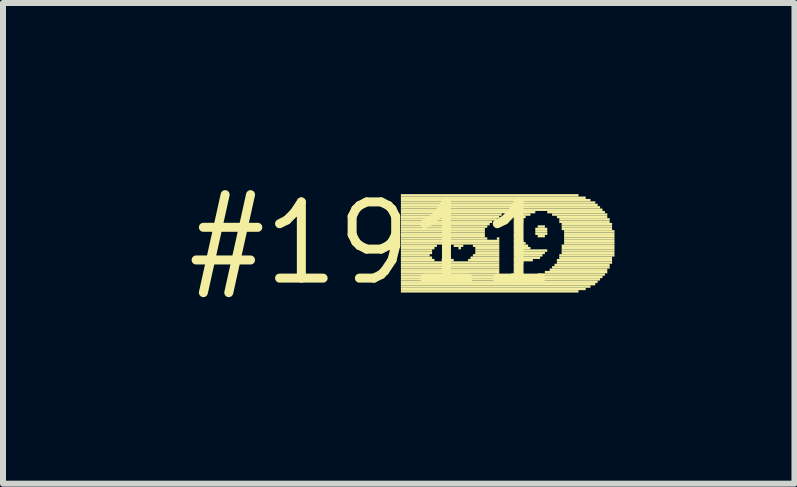
<source format=kicad_pcb>
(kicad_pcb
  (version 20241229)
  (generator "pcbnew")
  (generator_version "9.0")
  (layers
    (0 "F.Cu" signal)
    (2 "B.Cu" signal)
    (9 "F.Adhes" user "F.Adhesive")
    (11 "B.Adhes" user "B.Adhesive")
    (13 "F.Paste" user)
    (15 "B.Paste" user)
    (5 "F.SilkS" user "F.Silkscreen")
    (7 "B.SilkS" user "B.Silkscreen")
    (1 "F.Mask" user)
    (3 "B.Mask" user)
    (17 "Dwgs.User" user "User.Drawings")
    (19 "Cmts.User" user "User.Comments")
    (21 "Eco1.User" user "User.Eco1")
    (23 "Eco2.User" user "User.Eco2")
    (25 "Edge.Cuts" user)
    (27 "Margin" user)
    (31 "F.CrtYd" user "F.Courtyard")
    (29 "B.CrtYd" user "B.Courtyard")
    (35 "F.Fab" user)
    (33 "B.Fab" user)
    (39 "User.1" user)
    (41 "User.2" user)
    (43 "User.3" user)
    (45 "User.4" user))
  (footprint "#1911"
    (layer "F.Cu")
    (at 3.152 1.006)
    (property "Reference" "#1911" (at 0 0 0) (layer "F.SilkS") (effects (font (size 1.27 1.27) (thickness 0.15))))
    (attr through_hole)
    (fp_poly (pts (xy 0.48 -0.78) (xy 3.44 -0.78) (xy 3.44 -0.82) (xy 0.48 -0.82)) (stroke (width 0) (type solid)) (fill yes) (layer "F.SilkS"))
    (fp_poly (pts (xy 0.48 -0.74) (xy 3.56 -0.74) (xy 3.56 -0.78) (xy 0.48 -0.78)) (stroke (width 0) (type solid)) (fill yes) (layer "F.SilkS"))
    (fp_poly (pts (xy 0.48 -0.7) (xy 3.64 -0.7) (xy 3.64 -0.74) (xy 0.48 -0.74)) (stroke (width 0) (type solid)) (fill yes) (layer "F.SilkS"))
    (fp_poly (pts (xy 0.48 -0.66) (xy 3.72 -0.66) (xy 3.72 -0.7) (xy 0.48 -0.7)) (stroke (width 0) (type solid)) (fill yes) (layer "F.SilkS"))
    (fp_poly (pts (xy 0.48 -0.62) (xy 3.76 -0.62) (xy 3.76 -0.66) (xy 0.48 -0.66)) (stroke (width 0) (type solid)) (fill yes) (layer "F.SilkS"))
    (fp_poly (pts (xy 0.48 -0.58) (xy 3.8 -0.58) (xy 3.8 -0.62) (xy 0.48 -0.62)) (stroke (width 0) (type solid)) (fill yes) (layer "F.SilkS"))
    (fp_poly (pts (xy 0.48 -0.54) (xy 3.84 -0.54) (xy 3.84 -0.58) (xy 0.48 -0.58)) (stroke (width 0) (type solid)) (fill yes) (layer "F.SilkS"))
    (fp_poly (pts (xy 0.48 -0.5) (xy 2.72 -0.5) (xy 2.72 -0.54) (xy 0.48 -0.54)) (stroke (width 0) (type solid)) (fill yes) (layer "F.SilkS"))
    (fp_poly (pts (xy 0.48 -0.46) (xy 2.16 -0.46) (xy 2.16 -0.5) (xy 0.48 -0.5)) (stroke (width 0) (type solid)) (fill yes) (layer "F.SilkS"))
    (fp_poly (pts (xy 0.48 -0.42) (xy 2.12 -0.42) (xy 2.12 -0.46) (xy 0.48 -0.46)) (stroke (width 0) (type solid)) (fill yes) (layer "F.SilkS"))
    (fp_poly (pts (xy 0.48 -0.38) (xy 2.08 -0.38) (xy 2.08 -0.42) (xy 0.48 -0.42)) (stroke (width 0) (type solid)) (fill yes) (layer "F.SilkS"))
    (fp_poly (pts (xy 0.48 -0.34) (xy 2 -0.34) (xy 2 -0.38) (xy 0.48 -0.38)) (stroke (width 0) (type solid)) (fill yes) (layer "F.SilkS"))
    (fp_poly (pts (xy 0.48 -0.3) (xy 1.96 -0.3) (xy 1.96 -0.34) (xy 0.48 -0.34)) (stroke (width 0) (type solid)) (fill yes) (layer "F.SilkS"))
    (fp_poly (pts (xy 0.48 -0.26) (xy 1.92 -0.26) (xy 1.92 -0.3) (xy 0.48 -0.3)) (stroke (width 0) (type solid)) (fill yes) (layer "F.SilkS"))
    (fp_poly (pts (xy 0.48 -0.22) (xy 1.88 -0.22) (xy 1.88 -0.26) (xy 0.48 -0.26)) (stroke (width 0) (type solid)) (fill yes) (layer "F.SilkS"))
    (fp_poly (pts (xy 0.48 -0.18) (xy 1.88 -0.18) (xy 1.88 -0.22) (xy 0.48 -0.22)) (stroke (width 0) (type solid)) (fill yes) (layer "F.SilkS"))
    (fp_poly (pts (xy 0.48 -0.14) (xy 1.88 -0.14) (xy 1.88 -0.18) (xy 0.48 -0.18)) (stroke (width 0) (type solid)) (fill yes) (layer "F.SilkS"))
    (fp_poly (pts (xy 0.48 -0.1) (xy 1.88 -0.1) (xy 1.88 -0.14) (xy 0.48 -0.14)) (stroke (width 0) (type solid)) (fill yes) (layer "F.SilkS"))
    (fp_poly (pts (xy 0.48 -0.06) (xy 1.92 -0.06) (xy 1.92 -0.1) (xy 0.48 -0.1)) (stroke (width 0) (type solid)) (fill yes) (layer "F.SilkS"))
    (fp_poly (pts (xy 0.48 -0.02) (xy 2.12 -0.02) (xy 2.12 -0.06) (xy 0.48 -0.06)) (stroke (width 0) (type solid)) (fill yes) (layer "F.SilkS"))
    (fp_poly (pts (xy 0.48 0.02) (xy 1.2 0.02) (xy 1.2 -0.02) (xy 0.48 -0.02)) (stroke (width 0) (type solid)) (fill yes) (layer "F.SilkS"))
    (fp_poly (pts (xy 0.48 0.06) (xy 1.08 0.06) (xy 1.08 0.02) (xy 0.48 0.02)) (stroke (width 0) (type solid)) (fill yes) (layer "F.SilkS"))
    (fp_poly (pts (xy 0.48 0.1) (xy 1.04 0.1) (xy 1.04 0.06) (xy 0.48 0.06)) (stroke (width 0) (type solid)) (fill yes) (layer "F.SilkS"))
    (fp_poly (pts (xy 0.48 0.14) (xy 1 0.14) (xy 1 0.1) (xy 0.48 0.1)) (stroke (width 0) (type solid)) (fill yes) (layer "F.SilkS"))
    (fp_poly (pts (xy 0.48 0.18) (xy 1 0.18) (xy 1 0.14) (xy 0.48 0.14)) (stroke (width 0) (type solid)) (fill yes) (layer "F.SilkS"))
    (fp_poly (pts (xy 0.48 0.22) (xy 0.96 0.22) (xy 0.96 0.18) (xy 0.48 0.18)) (stroke (width 0) (type solid)) (fill yes) (layer "F.SilkS"))
    (fp_poly (pts (xy 0.48 0.26) (xy 1 0.26) (xy 1 0.22) (xy 0.48 0.22)) (stroke (width 0) (type solid)) (fill yes) (layer "F.SilkS"))
    (fp_poly (pts (xy 0.48 0.3) (xy 1.04 0.3) (xy 1.04 0.26) (xy 0.48 0.26)) (stroke (width 0) (type solid)) (fill yes) (layer "F.SilkS"))
    (fp_poly (pts (xy 0.48 0.34) (xy 2.12 0.34) (xy 2.12 0.3) (xy 0.48 0.3)) (stroke (width 0) (type solid)) (fill yes) (layer "F.SilkS"))
    (fp_poly (pts (xy 0.48 0.38) (xy 2.12 0.38) (xy 2.12 0.34) (xy 0.48 0.34)) (stroke (width 0) (type solid)) (fill yes) (layer "F.SilkS"))
    (fp_poly (pts (xy 0.48 0.42) (xy 2.12 0.42) (xy 2.12 0.38) (xy 0.48 0.38)) (stroke (width 0) (type solid)) (fill yes) (layer "F.SilkS"))
    (fp_poly (pts (xy 0.48 0.46) (xy 2.12 0.46) (xy 2.12 0.42) (xy 0.48 0.42)) (stroke (width 0) (type solid)) (fill yes) (layer "F.SilkS"))
    (fp_poly (pts (xy 0.48 0.5) (xy 2.12 0.5) (xy 2.12 0.46) (xy 0.48 0.46)) (stroke (width 0) (type solid)) (fill yes) (layer "F.SilkS"))
    (fp_poly (pts (xy 0.48 0.54) (xy 2.12 0.54) (xy 2.12 0.5) (xy 0.48 0.5)) (stroke (width 0) (type solid)) (fill yes) (layer "F.SilkS"))
    (fp_poly (pts (xy 0.48 0.58) (xy 3.84 0.58) (xy 3.84 0.54) (xy 0.48 0.54)) (stroke (width 0) (type solid)) (fill yes) (layer "F.SilkS"))
    (fp_poly (pts (xy 0.48 0.62) (xy 3.8 0.62) (xy 3.8 0.58) (xy 0.48 0.58)) (stroke (width 0) (type solid)) (fill yes) (layer "F.SilkS"))
    (fp_poly (pts (xy 0.48 0.66) (xy 3.76 0.66) (xy 3.76 0.62) (xy 0.48 0.62)) (stroke (width 0) (type solid)) (fill yes) (layer "F.SilkS"))
    (fp_poly (pts (xy 0.48 0.7) (xy 3.72 0.7) (xy 3.72 0.66) (xy 0.48 0.66)) (stroke (width 0) (type solid)) (fill yes) (layer "F.SilkS"))
    (fp_poly (pts (xy 0.48 0.74) (xy 3.64 0.74) (xy 3.64 0.7) (xy 0.48 0.7)) (stroke (width 0) (type solid)) (fill yes) (layer "F.SilkS"))
    (fp_poly (pts (xy 0.48 0.78) (xy 3.56 0.78) (xy 3.56 0.74) (xy 0.48 0.74)) (stroke (width 0) (type solid)) (fill yes) (layer "F.SilkS"))
    (fp_poly (pts (xy 0.48 0.82) (xy 3.44 0.82) (xy 3.44 0.78) (xy 0.48 0.78)) (stroke (width 0) (type solid)) (fill yes) (layer "F.SilkS"))
    (fp_poly (pts (xy 1.16 0.3) (xy 1.36 0.3) (xy 1.36 0.26) (xy 1.16 0.26)) (stroke (width 0) (type solid)) (fill yes) (layer "F.SilkS"))
    (fp_poly (pts (xy 1.2 0.26) (xy 1.28 0.26) (xy 1.28 0.22) (xy 1.2 0.22)) (stroke (width 0) (type solid)) (fill yes) (layer "F.SilkS"))
    (fp_poly (pts (xy 1.28 0.02) (xy 2.12 0.02) (xy 2.12 -0.02) (xy 1.28 -0.02)) (stroke (width 0) (type solid)) (fill yes) (layer "F.SilkS"))
    (fp_poly (pts (xy 1.36 0.06) (xy 1.52 0.06) (xy 1.52 0.02) (xy 1.36 0.02)) (stroke (width 0) (type solid)) (fill yes) (layer "F.SilkS"))
    (fp_poly (pts (xy 1.44 0.1) (xy 1.48 0.1) (xy 1.48 0.06) (xy 1.44 0.06)) (stroke (width 0) (type solid)) (fill yes) (layer "F.SilkS"))
    (fp_poly (pts (xy 1.6 0.3) (xy 2.12 0.3) (xy 2.12 0.26) (xy 1.6 0.26)) (stroke (width 0) (type solid)) (fill yes) (layer "F.SilkS"))
    (fp_poly (pts (xy 1.64 0.26) (xy 2.12 0.26) (xy 2.12 0.22) (xy 1.64 0.22)) (stroke (width 0) (type solid)) (fill yes) (layer "F.SilkS"))
    (fp_poly (pts (xy 1.68 0.06) (xy 2.12 0.06) (xy 2.12 0.02) (xy 1.68 0.02)) (stroke (width 0) (type solid)) (fill yes) (layer "F.SilkS"))
    (fp_poly (pts (xy 1.68 0.22) (xy 2.12 0.22) (xy 2.12 0.18) (xy 1.68 0.18)) (stroke (width 0) (type solid)) (fill yes) (layer "F.SilkS"))
    (fp_poly (pts (xy 1.72 0.1) (xy 2.12 0.1) (xy 2.12 0.06) (xy 1.72 0.06)) (stroke (width 0) (type solid)) (fill yes) (layer "F.SilkS"))
    (fp_poly (pts (xy 1.72 0.14) (xy 2.12 0.14) (xy 2.12 0.1) (xy 1.72 0.1)) (stroke (width 0) (type solid)) (fill yes) (layer "F.SilkS"))
    (fp_poly (pts (xy 1.72 0.18) (xy 2.12 0.18) (xy 2.12 0.14) (xy 1.72 0.14)) (stroke (width 0) (type solid)) (fill yes) (layer "F.SilkS"))
    (fp_poly (pts (xy 2.08 -0.06) (xy 2.12 -0.06) (xy 2.12 -0.1) (xy 2.08 -0.1)) (stroke (width 0) (type solid)) (fill yes) (layer "F.SilkS"))
    (fp_poly (pts (xy 2.32 0.54) (xy 2.52 0.54) (xy 2.52 0.5) (xy 2.32 0.5)) (stroke (width 0) (type solid)) (fill yes) (layer "F.SilkS"))
    (fp_poly (pts (xy 2.36 -0.46) (xy 2.64 -0.46) (xy 2.64 -0.5) (xy 2.36 -0.5)) (stroke (width 0) (type solid)) (fill yes) (layer "F.SilkS"))
    (fp_poly (pts (xy 2.36 -0.42) (xy 2.56 -0.42) (xy 2.56 -0.46) (xy 2.36 -0.46)) (stroke (width 0) (type solid)) (fill yes) (layer "F.SilkS"))
    (fp_poly (pts (xy 2.36 -0.38) (xy 2.52 -0.38) (xy 2.52 -0.42) (xy 2.36 -0.42)) (stroke (width 0) (type solid)) (fill yes) (layer "F.SilkS"))
    (fp_poly (pts (xy 2.36 -0.34) (xy 2.52 -0.34) (xy 2.52 -0.38) (xy 2.36 -0.38)) (stroke (width 0) (type solid)) (fill yes) (layer "F.SilkS"))
    (fp_poly (pts (xy 2.36 -0.3) (xy 2.48 -0.3) (xy 2.48 -0.34) (xy 2.36 -0.34)) (stroke (width 0) (type solid)) (fill yes) (layer "F.SilkS"))
    (fp_poly (pts (xy 2.36 -0.26) (xy 2.48 -0.26) (xy 2.48 -0.3) (xy 2.36 -0.3)) (stroke (width 0) (type solid)) (fill yes) (layer "F.SilkS"))
    (fp_poly (pts (xy 2.36 -0.22) (xy 2.48 -0.22) (xy 2.48 -0.26) (xy 2.36 -0.26)) (stroke (width 0) (type solid)) (fill yes) (layer "F.SilkS"))
    (fp_poly (pts (xy 2.36 -0.18) (xy 2.44 -0.18) (xy 2.44 -0.22) (xy 2.36 -0.22)) (stroke (width 0) (type solid)) (fill yes) (layer "F.SilkS"))
    (fp_poly (pts (xy 2.36 -0.14) (xy 2.48 -0.14) (xy 2.48 -0.18) (xy 2.36 -0.18)) (stroke (width 0) (type solid)) (fill yes) (layer "F.SilkS"))
    (fp_poly (pts (xy 2.36 -0.1) (xy 2.48 -0.1) (xy 2.48 -0.14) (xy 2.36 -0.14)) (stroke (width 0) (type solid)) (fill yes) (layer "F.SilkS"))
    (fp_poly (pts (xy 2.36 -0.06) (xy 2.48 -0.06) (xy 2.48 -0.1) (xy 2.36 -0.1)) (stroke (width 0) (type solid)) (fill yes) (layer "F.SilkS"))
    (fp_poly (pts (xy 2.36 -0.02) (xy 2.52 -0.02) (xy 2.52 -0.06) (xy 2.36 -0.06)) (stroke (width 0) (type solid)) (fill yes) (layer "F.SilkS"))
    (fp_poly (pts (xy 2.36 0.02) (xy 2.56 0.02) (xy 2.56 -0.02) (xy 2.36 -0.02)) (stroke (width 0) (type solid)) (fill yes) (layer "F.SilkS"))
    (fp_poly (pts (xy 2.36 0.06) (xy 2.6 0.06) (xy 2.6 0.02) (xy 2.36 0.02)) (stroke (width 0) (type solid)) (fill yes) (layer "F.SilkS"))
    (fp_poly (pts (xy 2.36 0.1) (xy 2.64 0.1) (xy 2.64 0.06) (xy 2.36 0.06)) (stroke (width 0) (type solid)) (fill yes) (layer "F.SilkS"))
    (fp_poly (pts (xy 2.36 0.14) (xy 2.92 0.14) (xy 2.92 0.1) (xy 2.36 0.1)) (stroke (width 0) (type solid)) (fill yes) (layer "F.SilkS"))
    (fp_poly (pts (xy 2.36 0.18) (xy 2.88 0.18) (xy 2.88 0.14) (xy 2.36 0.14)) (stroke (width 0) (type solid)) (fill yes) (layer "F.SilkS"))
    (fp_poly (pts (xy 2.36 0.22) (xy 2.84 0.22) (xy 2.84 0.18) (xy 2.36 0.18)) (stroke (width 0) (type solid)) (fill yes) (layer "F.SilkS"))
    (fp_poly (pts (xy 2.36 0.26) (xy 2.8 0.26) (xy 2.8 0.22) (xy 2.36 0.22)) (stroke (width 0) (type solid)) (fill yes) (layer "F.SilkS"))
    (fp_poly (pts (xy 2.36 0.3) (xy 2.68 0.3) (xy 2.68 0.26) (xy 2.36 0.26)) (stroke (width 0) (type solid)) (fill yes) (layer "F.SilkS"))
    (fp_poly (pts (xy 2.36 0.34) (xy 2.52 0.34) (xy 2.52 0.3) (xy 2.36 0.3)) (stroke (width 0) (type solid)) (fill yes) (layer "F.SilkS"))
    (fp_poly (pts (xy 2.36 0.38) (xy 2.48 0.38) (xy 2.48 0.34) (xy 2.36 0.34)) (stroke (width 0) (type solid)) (fill yes) (layer "F.SilkS"))
    (fp_poly (pts (xy 2.36 0.42) (xy 2.48 0.42) (xy 2.48 0.38) (xy 2.36 0.38)) (stroke (width 0) (type solid)) (fill yes) (layer "F.SilkS"))
    (fp_poly (pts (xy 2.36 0.46) (xy 2.48 0.46) (xy 2.48 0.42) (xy 2.36 0.42)) (stroke (width 0) (type solid)) (fill yes) (layer "F.SilkS"))
    (fp_poly (pts (xy 2.36 0.5) (xy 2.48 0.5) (xy 2.48 0.46) (xy 2.36 0.46)) (stroke (width 0) (type solid)) (fill yes) (layer "F.SilkS"))
    (fp_poly (pts (xy 2.72 -0.22) (xy 2.92 -0.22) (xy 2.92 -0.26) (xy 2.72 -0.26)) (stroke (width 0) (type solid)) (fill yes) (layer "F.SilkS"))
    (fp_poly (pts (xy 2.72 -0.18) (xy 2.92 -0.18) (xy 2.92 -0.22) (xy 2.72 -0.22)) (stroke (width 0) (type solid)) (fill yes) (layer "F.SilkS"))
    (fp_poly (pts (xy 2.72 -0.14) (xy 2.92 -0.14) (xy 2.92 -0.18) (xy 2.72 -0.18)) (stroke (width 0) (type solid)) (fill yes) (layer "F.SilkS"))
    (fp_poly (pts (xy 2.76 -0.26) (xy 2.88 -0.26) (xy 2.88 -0.3) (xy 2.76 -0.3)) (stroke (width 0) (type solid)) (fill yes) (layer "F.SilkS"))
    (fp_poly (pts (xy 2.76 -0.1) (xy 2.88 -0.1) (xy 2.88 -0.14) (xy 2.76 -0.14)) (stroke (width 0) (type solid)) (fill yes) (layer "F.SilkS"))
    (fp_poly (pts (xy 2.76 0.54) (xy 3.88 0.54) (xy 3.88 0.5) (xy 2.76 0.5)) (stroke (width 0) (type solid)) (fill yes) (layer "F.SilkS"))
    (fp_poly (pts (xy 2.88 0.5) (xy 3.92 0.5) (xy 3.92 0.46) (xy 2.88 0.46)) (stroke (width 0) (type solid)) (fill yes) (layer "F.SilkS"))
    (fp_poly (pts (xy 2.92 -0.5) (xy 3.88 -0.5) (xy 3.88 -0.54) (xy 2.92 -0.54)) (stroke (width 0) (type solid)) (fill yes) (layer "F.SilkS"))
    (fp_poly (pts (xy 2.96 0.46) (xy 3.92 0.46) (xy 3.92 0.42) (xy 2.96 0.42)) (stroke (width 0) (type solid)) (fill yes) (layer "F.SilkS"))
    (fp_poly (pts (xy 3 -0.46) (xy 3.92 -0.46) (xy 3.92 -0.5) (xy 3 -0.5)) (stroke (width 0) (type solid)) (fill yes) (layer "F.SilkS"))
    (fp_poly (pts (xy 3 0.42) (xy 3.96 0.42) (xy 3.96 0.38) (xy 3 0.38)) (stroke (width 0) (type solid)) (fill yes) (layer "F.SilkS"))
    (fp_poly (pts (xy 3.04 0.38) (xy 3.96 0.38) (xy 3.96 0.34) (xy 3.04 0.34)) (stroke (width 0) (type solid)) (fill yes) (layer "F.SilkS"))
    (fp_poly (pts (xy 3.08 -0.42) (xy 3.92 -0.42) (xy 3.92 -0.46) (xy 3.08 -0.46)) (stroke (width 0) (type solid)) (fill yes) (layer "F.SilkS"))
    (fp_poly (pts (xy 3.08 0.3) (xy 4 0.3) (xy 4 0.26) (xy 3.08 0.26)) (stroke (width 0) (type solid)) (fill yes) (layer "F.SilkS"))
    (fp_poly (pts (xy 3.08 0.34) (xy 4 0.34) (xy 4 0.3) (xy 3.08 0.3)) (stroke (width 0) (type solid)) (fill yes) (layer "F.SilkS"))
    (fp_poly (pts (xy 3.12 -0.38) (xy 3.96 -0.38) (xy 3.96 -0.42) (xy 3.12 -0.42)) (stroke (width 0) (type solid)) (fill yes) (layer "F.SilkS"))
    (fp_poly (pts (xy 3.12 -0.34) (xy 3.96 -0.34) (xy 3.96 -0.38) (xy 3.12 -0.38)) (stroke (width 0) (type solid)) (fill yes) (layer "F.SilkS"))
    (fp_poly (pts (xy 3.12 0.22) (xy 4.04 0.22) (xy 4.04 0.18) (xy 3.12 0.18)) (stroke (width 0) (type solid)) (fill yes) (layer "F.SilkS"))
    (fp_poly (pts (xy 3.12 0.26) (xy 4 0.26) (xy 4 0.22) (xy 3.12 0.22)) (stroke (width 0) (type solid)) (fill yes) (layer "F.SilkS"))
    (fp_poly (pts (xy 3.16 -0.3) (xy 4 -0.3) (xy 4 -0.34) (xy 3.16 -0.34)) (stroke (width 0) (type solid)) (fill yes) (layer "F.SilkS"))
    (fp_poly (pts (xy 3.16 -0.26) (xy 4 -0.26) (xy 4 -0.3) (xy 3.16 -0.3)) (stroke (width 0) (type solid)) (fill yes) (layer "F.SilkS"))
    (fp_poly (pts (xy 3.16 -0.22) (xy 4 -0.22) (xy 4 -0.26) (xy 3.16 -0.26)) (stroke (width 0) (type solid)) (fill yes) (layer "F.SilkS"))
    (fp_poly (pts (xy 3.16 0.06) (xy 4.04 0.06) (xy 4.04 0.02) (xy 3.16 0.02)) (stroke (width 0) (type solid)) (fill yes) (layer "F.SilkS"))
    (fp_poly (pts (xy 3.16 0.1) (xy 4.04 0.1) (xy 4.04 0.06) (xy 3.16 0.06)) (stroke (width 0) (type solid)) (fill yes) (layer "F.SilkS"))
    (fp_poly (pts (xy 3.16 0.14) (xy 4.04 0.14) (xy 4.04 0.1) (xy 3.16 0.1)) (stroke (width 0) (type solid)) (fill yes) (layer "F.SilkS"))
    (fp_poly (pts (xy 3.16 0.18) (xy 4.04 0.18) (xy 4.04 0.14) (xy 3.16 0.14)) (stroke (width 0) (type solid)) (fill yes) (layer "F.SilkS"))
    (fp_poly (pts (xy 3.2 -0.18) (xy 4.04 -0.18) (xy 4.04 -0.22) (xy 3.2 -0.22)) (stroke (width 0) (type solid)) (fill yes) (layer "F.SilkS"))
    (fp_poly (pts (xy 3.2 -0.14) (xy 4.04 -0.14) (xy 4.04 -0.18) (xy 3.2 -0.18)) (stroke (width 0) (type solid)) (fill yes) (layer "F.SilkS"))
    (fp_poly (pts (xy 3.2 -0.1) (xy 4.04 -0.1) (xy 4.04 -0.14) (xy 3.2 -0.14)) (stroke (width 0) (type solid)) (fill yes) (layer "F.SilkS"))
    (fp_poly (pts (xy 3.2 -0.06) (xy 4.04 -0.06) (xy 4.04 -0.1) (xy 3.2 -0.1)) (stroke (width 0) (type solid)) (fill yes) (layer "F.SilkS"))
    (fp_poly (pts (xy 3.2 -0.02) (xy 4.04 -0.02) (xy 4.04 -0.06) (xy 3.2 -0.06)) (stroke (width 0) (type solid)) (fill yes) (layer "F.SilkS"))
    (fp_poly (pts (xy 3.2 0.02) (xy 4.04 0.02) (xy 4.04 -0.02) (xy 3.2 -0.02)) (stroke (width 0) (type solid)) (fill yes) (layer "F.SilkS")))
  (gr_rect
    (start -3 -3)
    (end 10.192 5.012)
    (stroke (width 0.1) (type default))
    (fill no)
    (layer "Edge.Cuts")))
</source>
